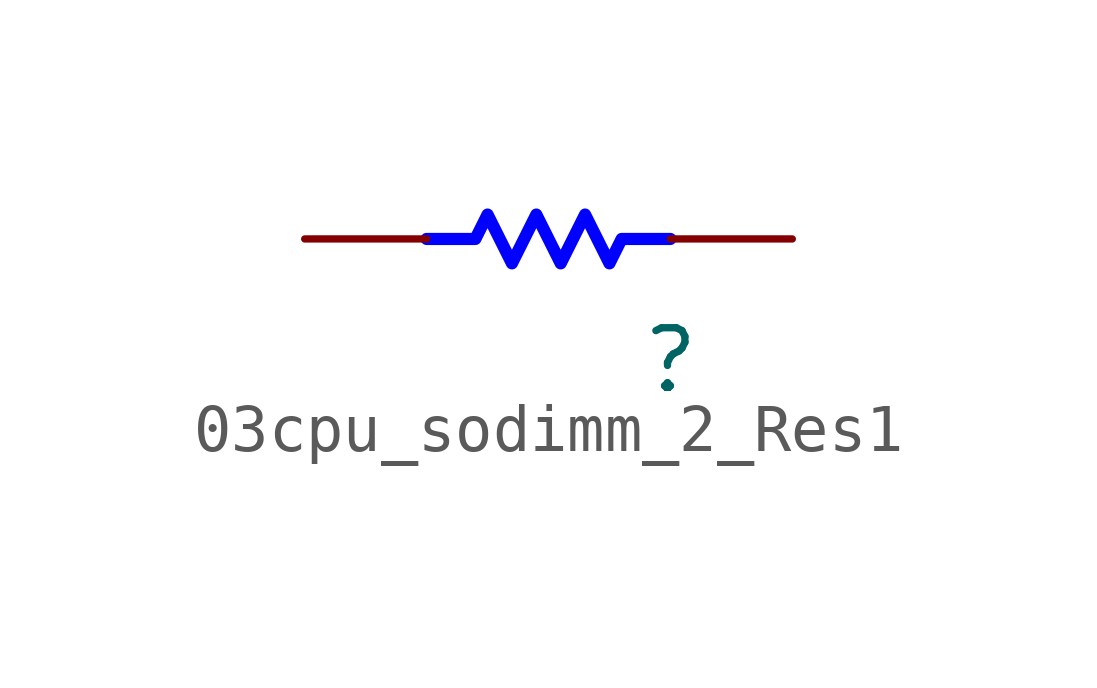
<source format=kicad_sym>
(kicad_symbol_lib
  (version 20220914)
  (generator kicad_symbol_editor)
  (symbol "03cpu_sodimm_2_Res1"
    (property "Reference" ""
      (at 0 0 0)
      (effects (font (size 1.27 1.27))))
    (property "Value" ""
      (at 0 0 0)
      (effects (font (size 1.27 1.27))))
    (symbol "03cpu_sodimm_2_Res1_1_0"
      (polyline (pts (xy -5.08 2.54) (xy -4.064 2.54) (xy -3.81 3.048) (xy -3.302 2.032) (xy -2.794 3.048) (xy -2.286 2.032) (xy -1.778 3.048) (xy -1.27 2.032) (xy -1.016 2.54) (xy 0 2.54)) (stroke (width 0.254) (type solid) (color 0 0 255 1)) (fill (type none)))
      (pin passive line (at 2.54 2.54 180) (length 2.54) (name "1" (effects (font (size 0 0)))) (number "1" (effects (font (size 0 0)))))
      (pin passive line (at -7.62 2.54 0) (length 2.54) (name "2" (effects (font (size 0 0)))) (number "2" (effects (font (size 0 0))))))))
</source>
